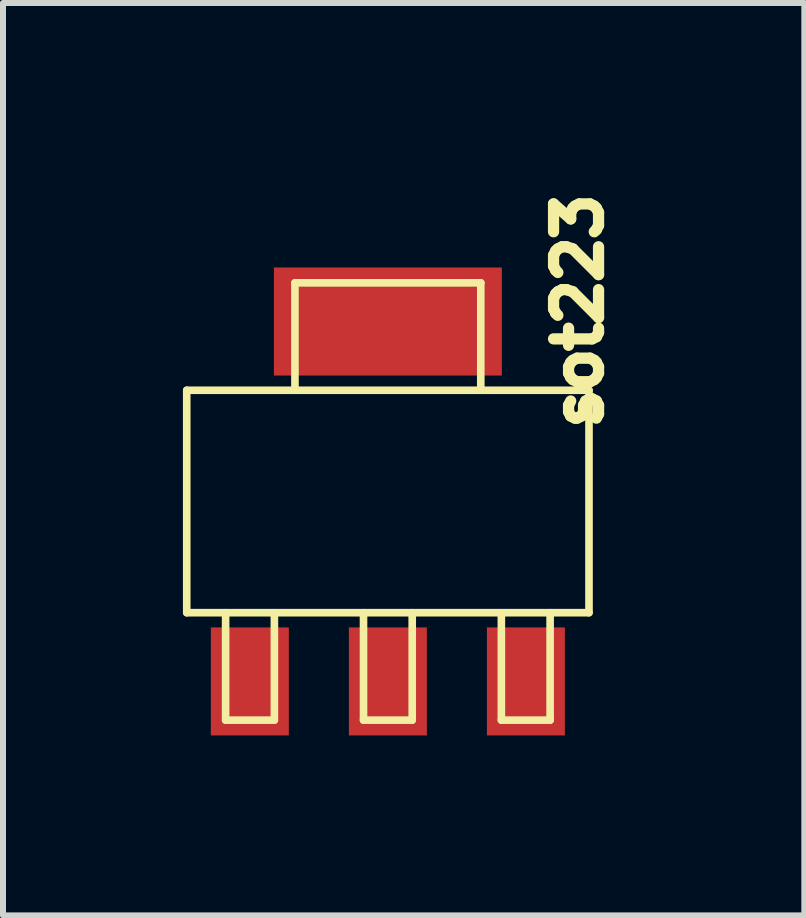
<source format=kicad_pcb>
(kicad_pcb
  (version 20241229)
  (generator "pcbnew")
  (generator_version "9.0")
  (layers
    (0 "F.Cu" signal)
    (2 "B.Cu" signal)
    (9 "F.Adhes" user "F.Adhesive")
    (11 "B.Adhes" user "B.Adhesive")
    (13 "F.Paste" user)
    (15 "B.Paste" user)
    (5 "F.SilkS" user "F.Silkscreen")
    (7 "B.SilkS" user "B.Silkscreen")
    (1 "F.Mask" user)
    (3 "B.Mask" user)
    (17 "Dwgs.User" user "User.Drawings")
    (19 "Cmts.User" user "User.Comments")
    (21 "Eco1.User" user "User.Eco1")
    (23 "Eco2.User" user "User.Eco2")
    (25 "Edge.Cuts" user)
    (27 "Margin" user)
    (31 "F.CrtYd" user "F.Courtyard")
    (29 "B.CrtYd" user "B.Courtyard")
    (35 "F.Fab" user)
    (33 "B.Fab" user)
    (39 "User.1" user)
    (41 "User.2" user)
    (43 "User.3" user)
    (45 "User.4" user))
  (footprint "sot223"
    (layer "F.Cu")
    (at 3.416 5.31)
    (property "Reference" "sot223" (at 3.175 -3.175 90) (layer "F.SilkS") (effects (font (size 0.75 0.75) (thickness 0.2))))
    (attr through_hole)
    (fp_line (start -3.353 -1.854) (end 3.353 -1.854) (stroke (width 0.127) (type solid)) (layer "F.SilkS"))
    (fp_line (start -3.353 1.854) (end -3.353 -1.854) (stroke (width 0.127) (type solid)) (layer "F.SilkS"))
    (fp_line (start -2.705 3.645) (end -2.705 1.854) (stroke (width 0.127) (type solid)) (layer "F.SilkS"))
    (fp_line (start -2.705 3.645) (end -1.892 3.645) (stroke (width 0.127) (type solid)) (layer "F.SilkS"))
    (fp_line (start -1.892 3.645) (end -1.892 1.854) (stroke (width 0.127) (type solid)) (layer "F.SilkS"))
    (fp_line (start -1.549 -3.645) (end -1.549 -1.854) (stroke (width 0.127) (type solid)) (layer "F.SilkS"))
    (fp_line (start -1.549 -3.645) (end 1.549 -3.645) (stroke (width 0.127) (type solid)) (layer "F.SilkS"))
    (fp_line (start -0.406 3.645) (end -0.406 1.854) (stroke (width 0.127) (type solid)) (layer "F.SilkS"))
    (fp_line (start -0.406 3.645) (end 0.406 3.645) (stroke (width 0.127) (type solid)) (layer "F.SilkS"))
    (fp_line (start 0.406 3.645) (end 0.406 1.854) (stroke (width 0.127) (type solid)) (layer "F.SilkS"))
    (fp_line (start 1.549 -3.645) (end 1.549 -1.854) (stroke (width 0.127) (type solid)) (layer "F.SilkS"))
    (fp_line (start 1.892 3.645) (end 1.892 1.854) (stroke (width 0.127) (type solid)) (layer "F.SilkS"))
    (fp_line (start 1.892 3.645) (end 2.705 3.645) (stroke (width 0.127) (type solid)) (layer "F.SilkS"))
    (fp_line (start 2.705 3.645) (end 2.705 1.854) (stroke (width 0.127) (type solid)) (layer "F.SilkS"))
    (fp_line (start 3.353 -1.854) (end 3.353 1.854) (stroke (width 0.127) (type solid)) (layer "F.SilkS"))
    (fp_line (start 3.353 1.854) (end -3.353 1.854) (stroke (width 0.127) (type solid)) (layer "F.SilkS"))
    (pad "1" smd rect (at -2.301 3) (size 1.3 1.801) (layers "F.Cu" "F.Mask" "F.Paste"))
    (pad "2" smd rect (at 0 3) (size 1.3 1.801) (layers "F.Cu" "F.Mask" "F.Paste"))
    (pad "3" smd rect (at 2.301 3) (size 1.3 1.801) (layers "F.Cu" "F.Mask" "F.Paste"))
    (pad "4" smd rect (at 0 -3) (size 3.8 1.801) (layers "F.Cu" "F.Mask" "F.Paste")))
  (gr_rect
    (start -3 -3)
    (end 10.359 12.21)
    (stroke (width 0.1) (type default))
    (fill no)
    (layer "Edge.Cuts")))
</source>
